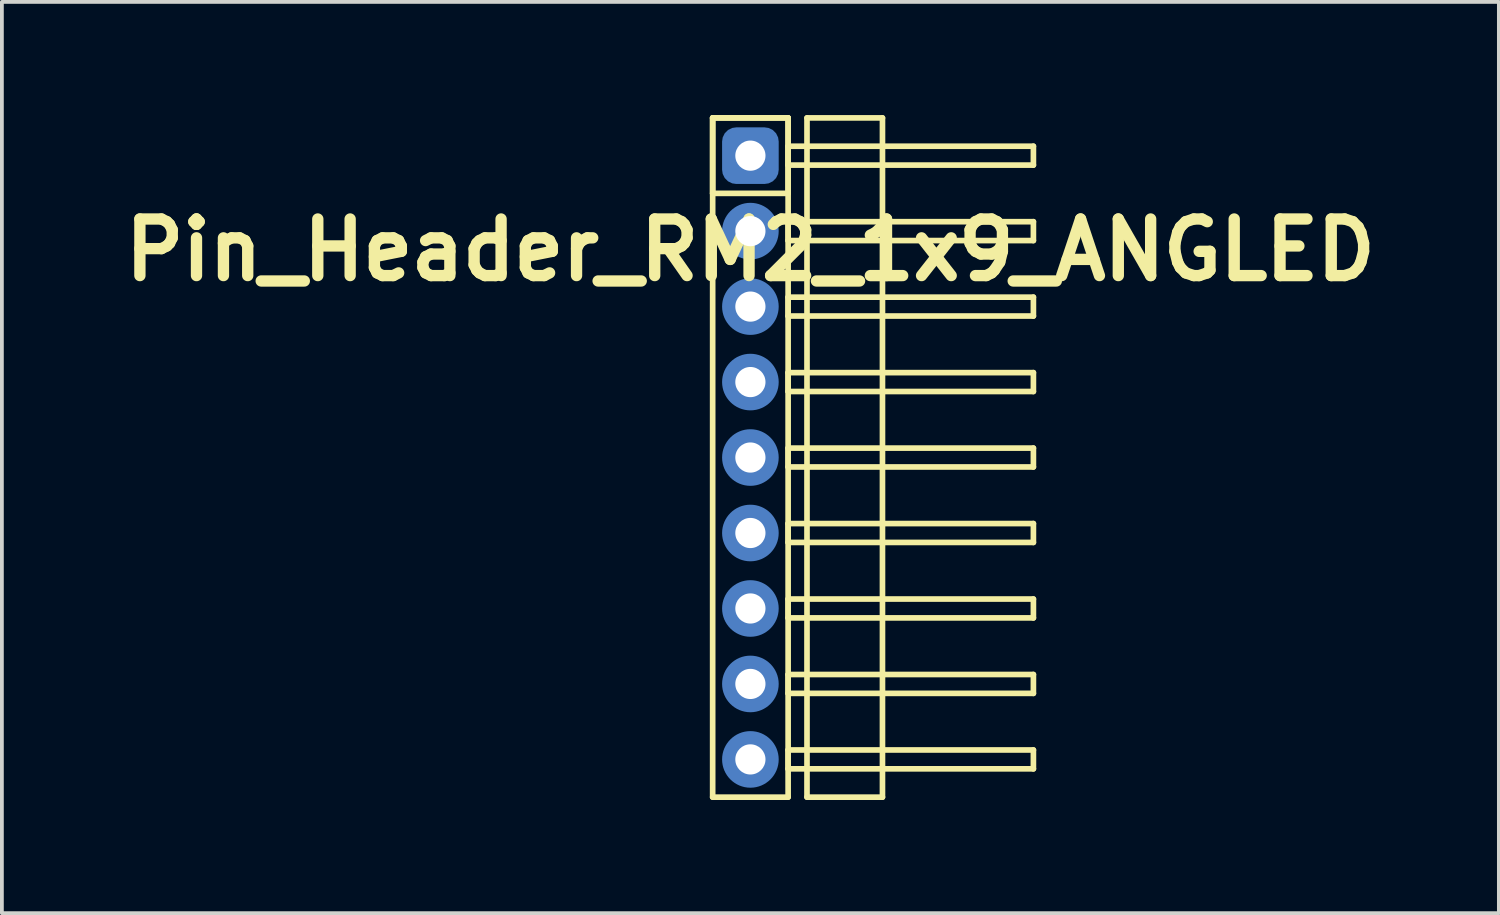
<source format=kicad_pcb>
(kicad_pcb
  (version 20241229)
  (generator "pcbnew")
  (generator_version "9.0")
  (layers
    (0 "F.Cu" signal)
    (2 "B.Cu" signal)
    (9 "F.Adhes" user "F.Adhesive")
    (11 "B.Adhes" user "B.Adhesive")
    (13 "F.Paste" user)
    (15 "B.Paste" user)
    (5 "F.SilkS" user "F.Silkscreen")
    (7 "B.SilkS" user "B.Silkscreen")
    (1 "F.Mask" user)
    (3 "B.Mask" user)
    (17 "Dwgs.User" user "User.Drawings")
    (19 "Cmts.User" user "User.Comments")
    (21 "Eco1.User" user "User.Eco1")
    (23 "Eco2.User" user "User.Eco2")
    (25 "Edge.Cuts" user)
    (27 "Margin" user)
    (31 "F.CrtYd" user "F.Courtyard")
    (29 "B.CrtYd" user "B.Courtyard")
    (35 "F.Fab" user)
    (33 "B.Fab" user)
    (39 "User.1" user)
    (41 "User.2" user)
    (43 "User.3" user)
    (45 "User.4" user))
  (footprint "Pin_Header_RM2_1x9_ANGLED"
    (layer "F.Cu")
    (at 16.836 1.075)
    (property "Reference" "Pin_Header_RM2_1x9_ANGLED" (at 0 2.5 0) (layer "F.SilkS") (effects (font (size 1.5 1.5) (thickness 0.3))))
    (attr through_hole)
    (fp_line (start -1 -1) (end 1 -1) (stroke (width 0.15) (type solid)) (layer "F.SilkS"))
    (fp_line (start -1 -1) (end 1 -1) (stroke (width 0.15) (type solid)) (layer "F.SilkS"))
    (fp_line (start -1 1) (end -1 -1) (stroke (width 0.15) (type solid)) (layer "F.SilkS"))
    (fp_line (start -1 17) (end -1 -1) (stroke (width 0.15) (type solid)) (layer "F.SilkS"))
    (fp_line (start 1 -1) (end 1 1) (stroke (width 0.15) (type solid)) (layer "F.SilkS"))
    (fp_line (start 1 -1) (end 1 17) (stroke (width 0.15) (type solid)) (layer "F.SilkS"))
    (fp_line (start 1 -0.25) (end 7.5 -0.25) (stroke (width 0.15) (type solid)) (layer "F.SilkS"))
    (fp_line (start 1 0.25) (end 1 -0.25) (stroke (width 0.15) (type solid)) (layer "F.SilkS"))
    (fp_line (start 1 1) (end -1 1) (stroke (width 0.15) (type solid)) (layer "F.SilkS"))
    (fp_line (start 1 1.75) (end 7.5 1.75) (stroke (width 0.15) (type solid)) (layer "F.SilkS"))
    (fp_line (start 1 2.25) (end 1 1.75) (stroke (width 0.15) (type solid)) (layer "F.SilkS"))
    (fp_line (start 1 3.75) (end 7.5 3.75) (stroke (width 0.15) (type solid)) (layer "F.SilkS"))
    (fp_line (start 1 4.25) (end 1 3.75) (stroke (width 0.15) (type solid)) (layer "F.SilkS"))
    (fp_line (start 1 5.75) (end 7.5 5.75) (stroke (width 0.15) (type solid)) (layer "F.SilkS"))
    (fp_line (start 1 6.25) (end 1 5.75) (stroke (width 0.15) (type solid)) (layer "F.SilkS"))
    (fp_line (start 1 7.75) (end 7.5 7.75) (stroke (width 0.15) (type solid)) (layer "F.SilkS"))
    (fp_line (start 1 8.25) (end 1 7.75) (stroke (width 0.15) (type solid)) (layer "F.SilkS"))
    (fp_line (start 1 9.75) (end 7.5 9.75) (stroke (width 0.15) (type solid)) (layer "F.SilkS"))
    (fp_line (start 1 10.25) (end 1 9.75) (stroke (width 0.15) (type solid)) (layer "F.SilkS"))
    (fp_line (start 1 11.75) (end 7.5 11.75) (stroke (width 0.15) (type solid)) (layer "F.SilkS"))
    (fp_line (start 1 12.25) (end 1 11.75) (stroke (width 0.15) (type solid)) (layer "F.SilkS"))
    (fp_line (start 1 13.75) (end 7.5 13.75) (stroke (width 0.15) (type solid)) (layer "F.SilkS"))
    (fp_line (start 1 14.25) (end 1 13.75) (stroke (width 0.15) (type solid)) (layer "F.SilkS"))
    (fp_line (start 1 15.75) (end 7.5 15.75) (stroke (width 0.15) (type solid)) (layer "F.SilkS"))
    (fp_line (start 1 16.25) (end 1 15.75) (stroke (width 0.15) (type solid)) (layer "F.SilkS"))
    (fp_line (start 1 17) (end -1 17) (stroke (width 0.15) (type solid)) (layer "F.SilkS"))
    (fp_line (start 1.5 -1) (end 3.5 -1) (stroke (width 0.15) (type solid)) (layer "F.SilkS"))
    (fp_line (start 1.5 17) (end 1.5 -1) (stroke (width 0.15) (type solid)) (layer "F.SilkS"))
    (fp_line (start 3.5 -1) (end 3.5 17) (stroke (width 0.15) (type solid)) (layer "F.SilkS"))
    (fp_line (start 3.5 17) (end 1.5 17) (stroke (width 0.15) (type solid)) (layer "F.SilkS"))
    (fp_line (start 7.5 -0.25) (end 7.5 0.25) (stroke (width 0.15) (type solid)) (layer "F.SilkS"))
    (fp_line (start 7.5 0.25) (end 1 0.25) (stroke (width 0.15) (type solid)) (layer "F.SilkS"))
    (fp_line (start 7.5 1.75) (end 7.5 2.25) (stroke (width 0.15) (type solid)) (layer "F.SilkS"))
    (fp_line (start 7.5 2.25) (end 1 2.25) (stroke (width 0.15) (type solid)) (layer "F.SilkS"))
    (fp_line (start 7.5 3.75) (end 7.5 4.25) (stroke (width 0.15) (type solid)) (layer "F.SilkS"))
    (fp_line (start 7.5 4.25) (end 1 4.25) (stroke (width 0.15) (type solid)) (layer "F.SilkS"))
    (fp_line (start 7.5 5.75) (end 7.5 6.25) (stroke (width 0.15) (type solid)) (layer "F.SilkS"))
    (fp_line (start 7.5 6.25) (end 1 6.25) (stroke (width 0.15) (type solid)) (layer "F.SilkS"))
    (fp_line (start 7.5 7.75) (end 7.5 8.25) (stroke (width 0.15) (type solid)) (layer "F.SilkS"))
    (fp_line (start 7.5 8.25) (end 1 8.25) (stroke (width 0.15) (type solid)) (layer "F.SilkS"))
    (fp_line (start 7.5 9.75) (end 7.5 10.25) (stroke (width 0.15) (type solid)) (layer "F.SilkS"))
    (fp_line (start 7.5 10.25) (end 1 10.25) (stroke (width 0.15) (type solid)) (layer "F.SilkS"))
    (fp_line (start 7.5 11.75) (end 7.5 12.25) (stroke (width 0.15) (type solid)) (layer "F.SilkS"))
    (fp_line (start 7.5 12.25) (end 1 12.25) (stroke (width 0.15) (type solid)) (layer "F.SilkS"))
    (fp_line (start 7.5 13.75) (end 7.5 14.25) (stroke (width 0.15) (type solid)) (layer "F.SilkS"))
    (fp_line (start 7.5 14.25) (end 1 14.25) (stroke (width 0.15) (type solid)) (layer "F.SilkS"))
    (fp_line (start 7.5 15.75) (end 7.5 16.25) (stroke (width 0.15) (type solid)) (layer "F.SilkS"))
    (fp_line (start 7.5 16.25) (end 1 16.25) (stroke (width 0.15) (type solid)) (layer "F.SilkS"))
    (pad "1" thru_hole circle (at 0 0) (size 1.1 1.1) (drill 0.8) (layers "*.Cu" "*.Mask"))
    (pad "1" smd roundrect (at 0 0) (size 1.25 1.25) (layers "F.Cu" "F.Mask") (roundrect_rratio 0.25))
    (pad "1" smd roundrect (at 0 0) (size 1.5 1.5) (layers "B.Cu" "B.Mask") (roundrect_rratio 0.25))
    (pad "2" thru_hole circle (at 0 2) (size 1.1 1.1) (drill 0.8) (layers "*.Cu" "*.Mask"))
    (pad "2" smd circle (at 0 2) (size 1.25 1.25) (layers "F.Cu" "F.Mask"))
    (pad "2" smd circle (at 0 2) (size 1.5 1.5) (layers "B.Cu" "B.Mask"))
    (pad "3" thru_hole circle (at 0 4) (size 1.1 1.1) (drill 0.8) (layers "*.Cu" "*.Mask"))
    (pad "3" smd circle (at 0 4) (size 1.25 1.25) (layers "F.Cu" "F.Mask"))
    (pad "3" smd circle (at 0 4) (size 1.5 1.5) (layers "B.Cu" "B.Mask"))
    (pad "4" thru_hole circle (at 0 6) (size 1.1 1.1) (drill 0.8) (layers "*.Cu" "*.Mask"))
    (pad "4" smd circle (at 0 6) (size 1.25 1.25) (layers "F.Cu" "F.Mask"))
    (pad "4" smd circle (at 0 6) (size 1.5 1.5) (layers "B.Cu" "B.Mask"))
    (pad "5" thru_hole circle (at 0 8) (size 1.1 1.1) (drill 0.8) (layers "*.Cu" "*.Mask"))
    (pad "5" smd circle (at 0 8) (size 1.25 1.25) (layers "F.Cu" "F.Mask"))
    (pad "5" smd circle (at 0 8) (size 1.5 1.5) (layers "B.Cu" "B.Mask"))
    (pad "6" thru_hole circle (at 0 10) (size 1.1 1.1) (drill 0.8) (layers "*.Cu" "*.Mask"))
    (pad "6" smd circle (at 0 10) (size 1.25 1.25) (layers "F.Cu" "F.Mask"))
    (pad "6" smd circle (at 0 10) (size 1.5 1.5) (layers "B.Cu" "B.Mask"))
    (pad "7" thru_hole circle (at 0 12) (size 1.1 1.1) (drill 0.8) (layers "*.Cu" "*.Mask"))
    (pad "7" smd circle (at 0 12) (size 1.25 1.25) (layers "F.Cu" "F.Mask"))
    (pad "7" smd circle (at 0 12) (size 1.5 1.5) (layers "B.Cu" "B.Mask"))
    (pad "8" thru_hole circle (at 0 14) (size 1.1 1.1) (drill 0.8) (layers "*.Cu" "*.Mask"))
    (pad "8" smd circle (at 0 14) (size 1.25 1.25) (layers "F.Cu" "F.Mask"))
    (pad "8" smd circle (at 0 14) (size 1.5 1.5) (layers "B.Cu" "B.Mask"))
    (pad "9" thru_hole circle (at 0 16) (size 1.1 1.1) (drill 0.8) (layers "*.Cu" "*.Mask"))
    (pad "9" smd circle (at 0 16) (size 1.25 1.25) (layers "F.Cu" "F.Mask"))
    (pad "9" smd circle (at 0 16) (size 1.5 1.5) (layers "B.Cu" "B.Mask")))
  (gr_rect
    (start -3 -3)
    (end 36.671 21.15)
    (stroke (width 0.1) (type default))
    (fill no)
    (layer "Edge.Cuts")))
</source>
